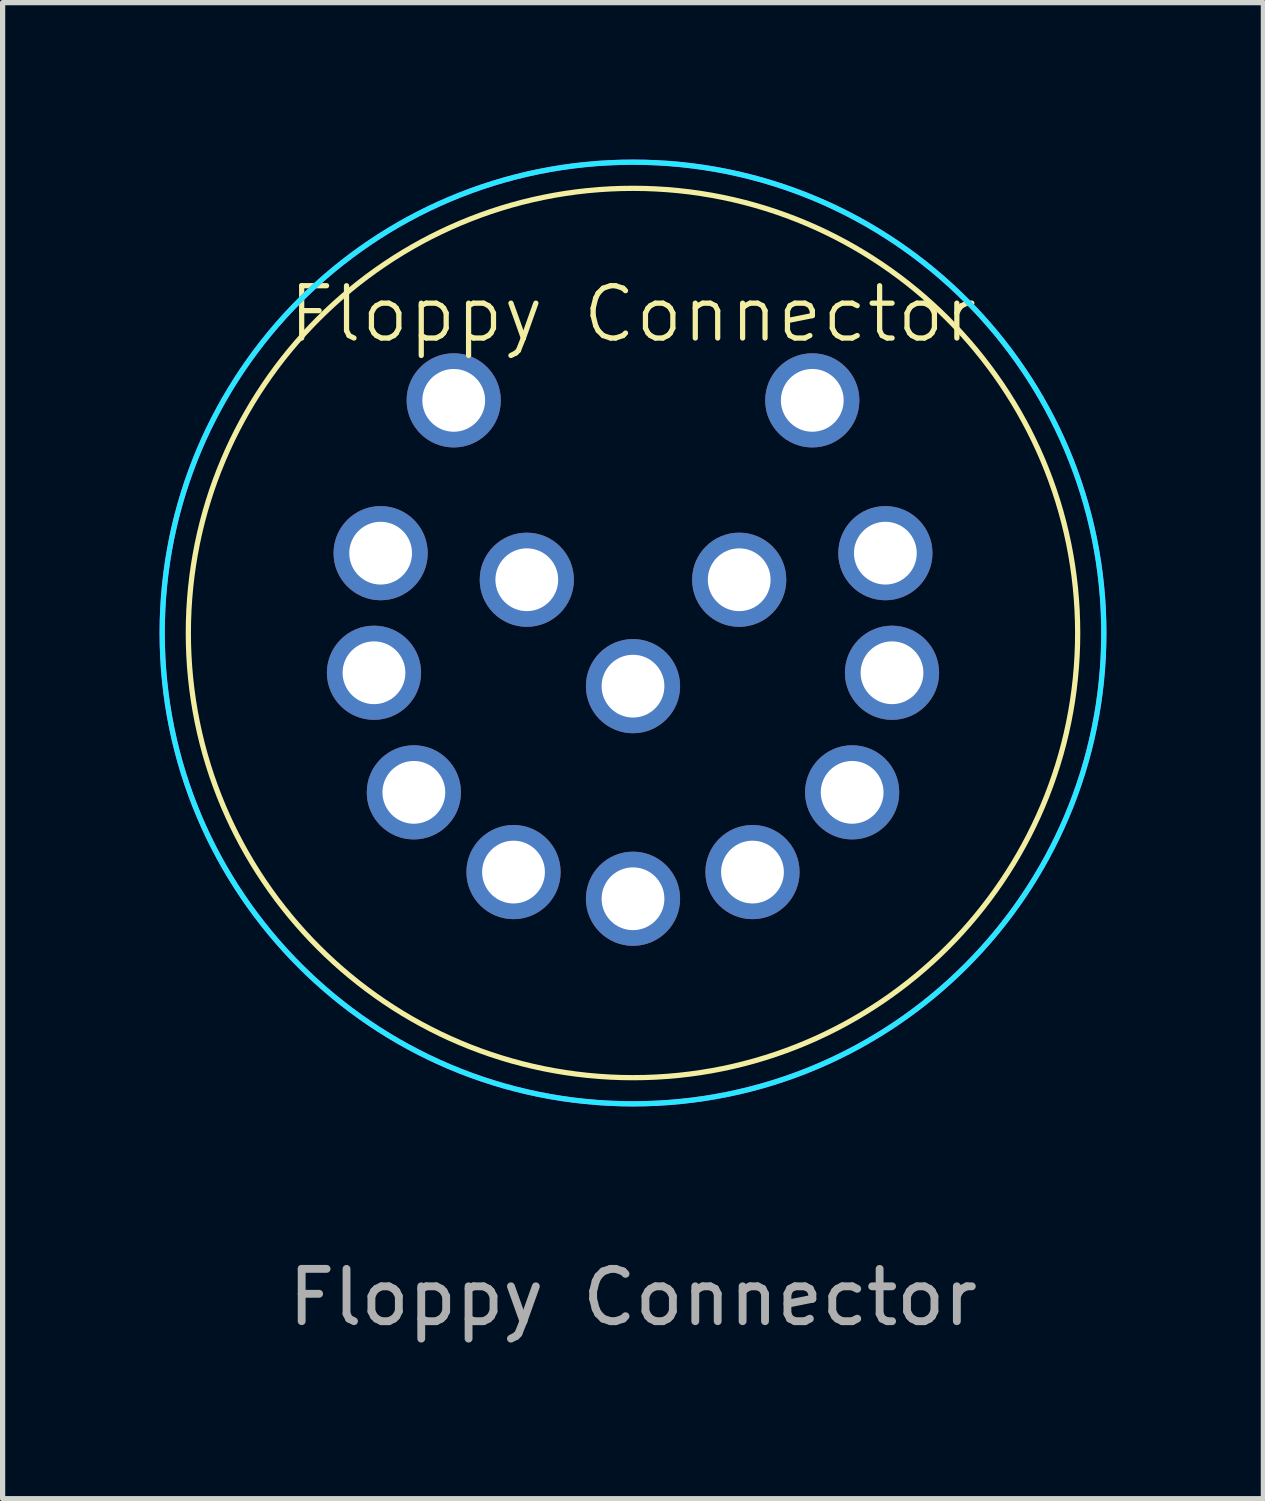
<source format=kicad_pcb>
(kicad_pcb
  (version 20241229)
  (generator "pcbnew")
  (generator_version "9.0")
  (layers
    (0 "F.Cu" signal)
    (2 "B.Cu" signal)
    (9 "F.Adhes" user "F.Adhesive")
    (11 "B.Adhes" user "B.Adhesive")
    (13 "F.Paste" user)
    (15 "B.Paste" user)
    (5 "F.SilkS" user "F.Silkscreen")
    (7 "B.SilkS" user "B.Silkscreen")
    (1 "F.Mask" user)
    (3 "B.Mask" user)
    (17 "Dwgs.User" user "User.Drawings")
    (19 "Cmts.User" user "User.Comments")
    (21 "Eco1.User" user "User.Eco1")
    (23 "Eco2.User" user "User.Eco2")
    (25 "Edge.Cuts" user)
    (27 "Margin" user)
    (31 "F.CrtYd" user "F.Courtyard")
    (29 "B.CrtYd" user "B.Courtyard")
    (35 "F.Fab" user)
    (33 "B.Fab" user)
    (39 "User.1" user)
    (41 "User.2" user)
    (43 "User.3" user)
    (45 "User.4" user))
  (footprint "Floppy Connector"
    (layer "F.Cu")
    (at 9.05 14.13)
    (property "Reference" "Floppy Connector" (at 0 -11.176 0) (unlocked yes) (layer "F.SilkS") (effects (font (size 1 1) (thickness 0.1))))
    (attr through_hole)
    (fp_circle (center 0 -5.08) (end 8.5 -5.08) (stroke (width 0.1) (type solid)) (fill no) (layer "F.SilkS"))
    (fp_circle (center 0 -5.08) (end 9 -5.08) (stroke (width 0.1) (type solid)) (fill no) (layer "B.CrtYd"))
    (fp_circle (center 0 -5.08) (end 9 -5.08) (stroke (width 0.1) (type solid)) (fill no) (layer "F.CrtYd"))
    (fp_text user "${REFERENCE}" (at 0 7.62 0) (unlocked yes) (layer "F.Fab") (effects (font (size 1 1) (thickness 0.15))))
    (pad "1" thru_hole oval (at 0 0) (size 1.8 1.8) (drill 1.2) (layers "*.Cu" "*.Mask"))
    (pad "2" thru_hole oval (at -2.284 -0.51) (size 1.8 1.8) (drill 1.2) (layers "*.Cu" "*.Mask"))
    (pad "3" thru_hole oval (at 2.284 -0.51) (size 1.8 1.8) (drill 1.2) (layers "*.Cu" "*.Mask"))
    (pad "4" thru_hole oval (at -4.189 -2.034) (size 1.8 1.8) (drill 1.2) (layers "*.Cu" "*.Mask"))
    (pad "5" thru_hole oval (at 4.189 -2.034) (size 1.8 1.8) (drill 1.2) (layers "*.Cu" "*.Mask"))
    (pad "6" thru_hole oval (at -4.951 -4.32) (size 1.8 1.8) (drill 1.2) (layers "*.Cu" "*.Mask"))
    (pad "7" thru_hole oval (at 4.951 -4.32) (size 1.8 1.8) (drill 1.2) (layers "*.Cu" "*.Mask"))
    (pad "8" thru_hole oval (at -4.824 -6.606) (size 1.8 1.8) (drill 1.2) (layers "*.Cu" "*.Mask"))
    (pad "9" thru_hole oval (at 4.824 -6.606) (size 1.8 1.8) (drill 1.2) (layers "*.Cu" "*.Mask"))
    (pad "10" thru_hole oval (at -3.427 -9.527 90) (size 1.8 1.8) (drill 1.2) (layers "*.Cu" "*.Mask"))
    (pad "11" thru_hole oval (at 3.427 -9.527) (size 1.8 1.8) (drill 1.2) (layers "*.Cu" "*.Mask"))
    (pad "12" thru_hole oval (at -2.03 -6.098) (size 1.8 1.8) (drill 1.2) (layers "*.Cu" "*.Mask"))
    (pad "13" thru_hole oval (at 2.03 -6.098) (size 1.8 1.8) (drill 1.2) (layers "*.Cu" "*.Mask"))
    (pad "14" thru_hole oval (at 0 -4.064) (size 1.8 1.8) (drill 1.2) (layers "*.Cu" "*.Mask")))
  (gr_rect
    (start -3 -3)
    (end 21.1 25.598)
    (stroke (width 0.1) (type default))
    (fill no)
    (layer "Edge.Cuts")))
</source>
